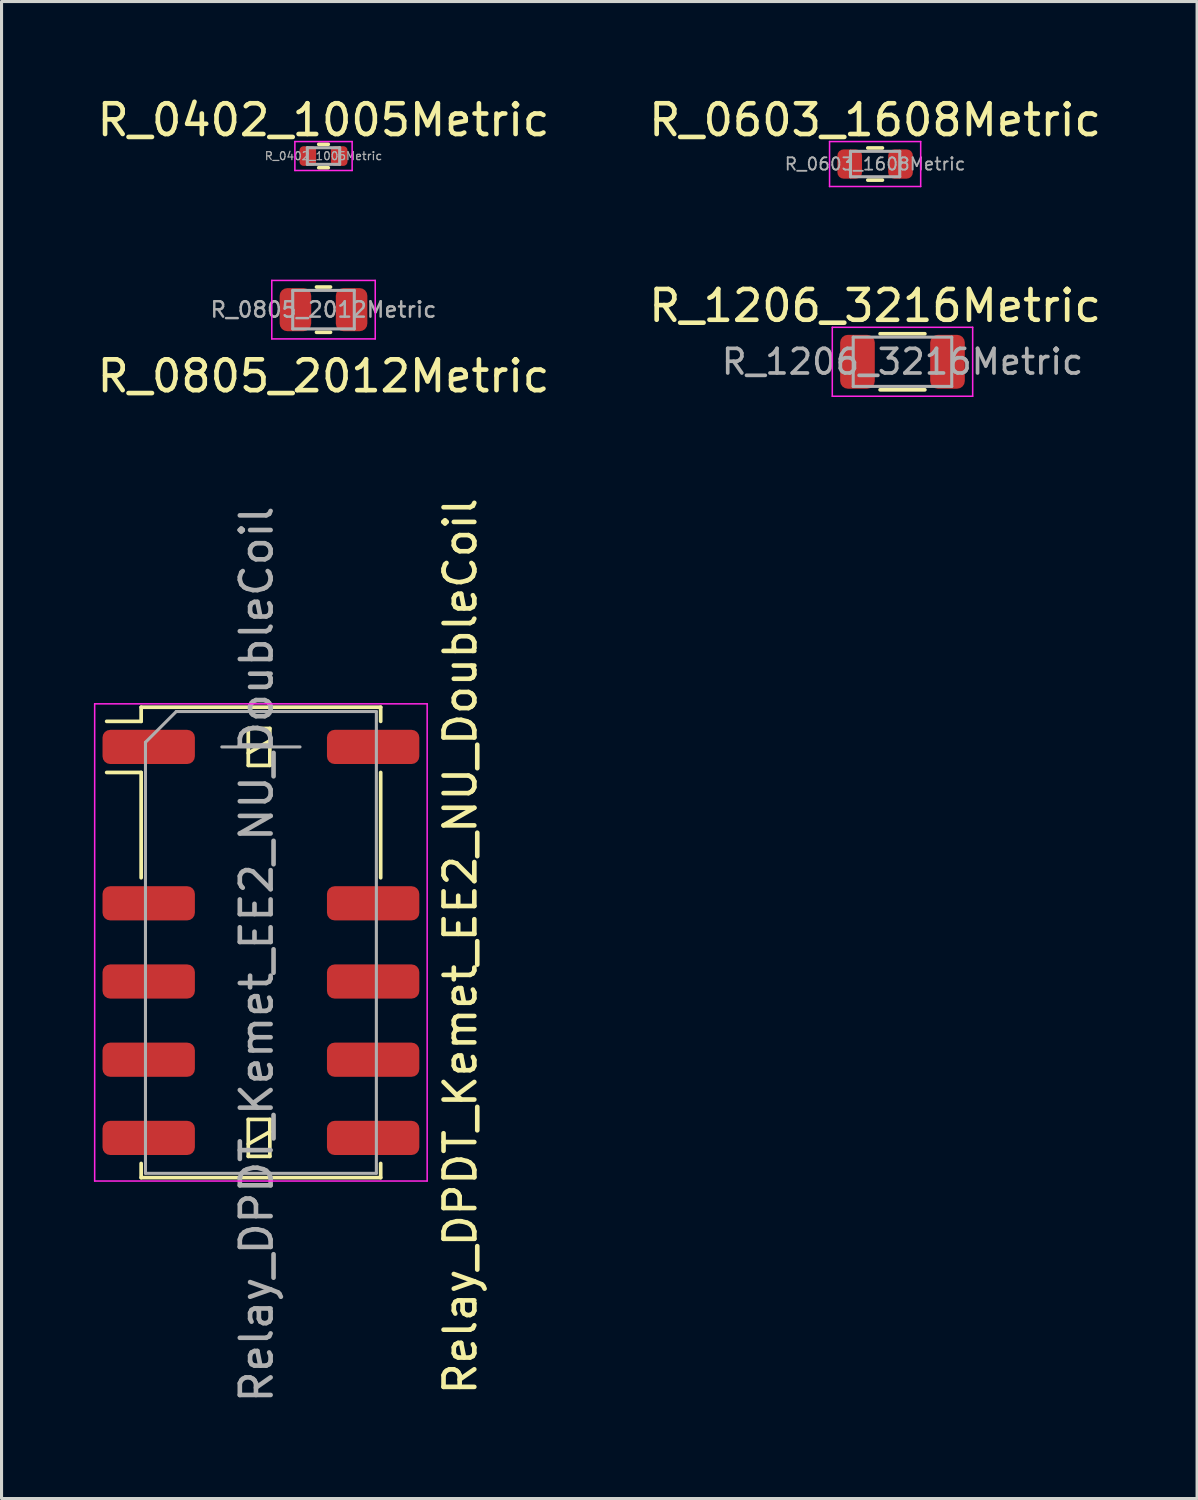
<source format=kicad_pcb>
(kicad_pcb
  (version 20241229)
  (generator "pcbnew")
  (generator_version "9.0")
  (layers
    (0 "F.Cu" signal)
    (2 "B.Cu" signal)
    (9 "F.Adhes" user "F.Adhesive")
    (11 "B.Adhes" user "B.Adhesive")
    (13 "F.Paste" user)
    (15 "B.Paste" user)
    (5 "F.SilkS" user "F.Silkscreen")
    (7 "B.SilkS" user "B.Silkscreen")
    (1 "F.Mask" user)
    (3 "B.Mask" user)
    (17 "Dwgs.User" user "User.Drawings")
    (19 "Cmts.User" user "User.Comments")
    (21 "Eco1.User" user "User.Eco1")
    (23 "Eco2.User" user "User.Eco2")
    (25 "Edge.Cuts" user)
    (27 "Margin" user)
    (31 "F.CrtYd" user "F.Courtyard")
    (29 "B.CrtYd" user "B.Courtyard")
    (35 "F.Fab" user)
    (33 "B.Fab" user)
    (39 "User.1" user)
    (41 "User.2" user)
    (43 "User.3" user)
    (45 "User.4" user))
  (footprint "R_0402_1005Metric"
    (layer "F.Cu")
    (at 7.458 2.018)
    (property "Reference" "R_0402_1005Metric" (at 0 -1.17 0) (layer "F.SilkS") (effects (font (size 1 1) (thickness 0.15))))
    (attr smd)
    (fp_line (start -0.154 -0.38) (end 0.154 -0.38) (stroke (width 0.12) (type solid)) (layer "F.SilkS"))
    (fp_line (start -0.154 0.38) (end 0.154 0.38) (stroke (width 0.12) (type solid)) (layer "F.SilkS"))
    (fp_line (start -0.93 -0.47) (end 0.93 -0.47) (stroke (width 0.05) (type solid)) (layer "F.CrtYd"))
    (fp_line (start -0.93 0.47) (end -0.93 -0.47) (stroke (width 0.05) (type solid)) (layer "F.CrtYd"))
    (fp_line (start 0.93 -0.47) (end 0.93 0.47) (stroke (width 0.05) (type solid)) (layer "F.CrtYd"))
    (fp_line (start 0.93 0.47) (end -0.93 0.47) (stroke (width 0.05) (type solid)) (layer "F.CrtYd"))
    (fp_line (start -0.525 -0.27) (end 0.525 -0.27) (stroke (width 0.1) (type solid)) (layer "F.Fab"))
    (fp_line (start -0.525 0.27) (end -0.525 -0.27) (stroke (width 0.1) (type solid)) (layer "F.Fab"))
    (fp_line (start 0.525 -0.27) (end 0.525 0.27) (stroke (width 0.1) (type solid)) (layer "F.Fab"))
    (fp_line (start 0.525 0.27) (end -0.525 0.27) (stroke (width 0.1) (type solid)) (layer "F.Fab"))
    (fp_text user "${REFERENCE}" (at 0 0 0) (layer "F.Fab") (effects (font (size 0.26 0.26) (thickness 0.04))))
    (pad "1" smd roundrect (at -0.51 0 180) (size 0.54 0.64) (layers "F.Cu" "F.Mask" "F.Paste") (roundrect_rratio 0.25))
    (pad "2" smd roundrect (at 0.51 0 180) (size 0.54 0.64) (layers "F.Cu" "F.Mask" "F.Paste") (roundrect_rratio 0.25)))
  (footprint "R_0603_1608Metric"
    (layer "F.Cu")
    (at 25.375 2.278)
    (property "Reference" "R_0603_1608Metric" (at 0 -1.43 0) (layer "F.SilkS") (effects (font (size 1 1) (thickness 0.15))))
    (attr smd)
    (fp_line (start -0.237 -0.522) (end 0.237 -0.522) (stroke (width 0.12) (type solid)) (layer "F.SilkS"))
    (fp_line (start -0.237 0.522) (end 0.237 0.522) (stroke (width 0.12) (type solid)) (layer "F.SilkS"))
    (fp_line (start -1.48 -0.73) (end 1.48 -0.73) (stroke (width 0.05) (type solid)) (layer "F.CrtYd"))
    (fp_line (start -1.48 0.73) (end -1.48 -0.73) (stroke (width 0.05) (type solid)) (layer "F.CrtYd"))
    (fp_line (start 1.48 -0.73) (end 1.48 0.73) (stroke (width 0.05) (type solid)) (layer "F.CrtYd"))
    (fp_line (start 1.48 0.73) (end -1.48 0.73) (stroke (width 0.05) (type solid)) (layer "F.CrtYd"))
    (fp_line (start -0.8 -0.412) (end 0.8 -0.412) (stroke (width 0.1) (type solid)) (layer "F.Fab"))
    (fp_line (start -0.8 0.412) (end -0.8 -0.412) (stroke (width 0.1) (type solid)) (layer "F.Fab"))
    (fp_line (start 0.8 -0.412) (end 0.8 0.412) (stroke (width 0.1) (type solid)) (layer "F.Fab"))
    (fp_line (start 0.8 0.412) (end -0.8 0.412) (stroke (width 0.1) (type solid)) (layer "F.Fab"))
    (fp_text user "${REFERENCE}" (at 0 0 0) (layer "F.Fab") (effects (font (size 0.4 0.4) (thickness 0.06))))
    (pad "1" smd roundrect (at -0.825 0 180) (size 0.8 0.95) (layers "F.Cu" "F.Mask" "F.Paste") (roundrect_rratio 0.25))
    (pad "2" smd roundrect (at 0.825 0 180) (size 0.8 0.95) (layers "F.Cu" "F.Mask" "F.Paste") (roundrect_rratio 0.25)))
  (footprint "R_0805_2012Metric"
    (layer "F.Cu")
    (at 7.458 7.008)
    (property "Reference" "R_0805_2012Metric" (at 0 2.159 0) (layer "F.SilkS") (effects (font (size 1 1) (thickness 0.15))))
    (attr smd)
    (fp_line (start -0.227 -0.735) (end 0.227 -0.735) (stroke (width 0.12) (type solid)) (layer "F.SilkS"))
    (fp_line (start -0.227 0.735) (end 0.227 0.735) (stroke (width 0.12) (type solid)) (layer "F.SilkS"))
    (fp_line (start -1.68 -0.95) (end 1.68 -0.95) (stroke (width 0.05) (type solid)) (layer "F.CrtYd"))
    (fp_line (start -1.68 0.95) (end -1.68 -0.95) (stroke (width 0.05) (type solid)) (layer "F.CrtYd"))
    (fp_line (start 1.68 -0.95) (end 1.68 0.95) (stroke (width 0.05) (type solid)) (layer "F.CrtYd"))
    (fp_line (start 1.68 0.95) (end -1.68 0.95) (stroke (width 0.05) (type solid)) (layer "F.CrtYd"))
    (fp_line (start -1 -0.625) (end 1 -0.625) (stroke (width 0.1) (type solid)) (layer "F.Fab"))
    (fp_line (start -1 0.625) (end -1 -0.625) (stroke (width 0.1) (type solid)) (layer "F.Fab"))
    (fp_line (start 1 -0.625) (end 1 0.625) (stroke (width 0.1) (type solid)) (layer "F.Fab"))
    (fp_line (start 1 0.625) (end -1 0.625) (stroke (width 0.1) (type solid)) (layer "F.Fab"))
    (fp_text user "${REFERENCE}" (at 0 0 0) (layer "F.Fab") (effects (font (size 0.5 0.5) (thickness 0.08))))
    (pad "1" smd roundrect (at -0.912 0 180) (size 1.025 1.4) (layers "F.Cu" "F.Mask" "F.Paste") (roundrect_rratio 0.244))
    (pad "2" smd roundrect (at 0.912 0 180) (size 1.025 1.4) (layers "F.Cu" "F.Mask" "F.Paste") (roundrect_rratio 0.244)))
  (footprint "R_1206_3216Metric"
    (layer "F.Cu")
    (at 26.264 8.701)
    (property "Reference" "R_1206_3216Metric" (at -0.889 -1.82 0) (layer "F.SilkS") (effects (font (size 1 1) (thickness 0.15))))
    (attr smd)
    (fp_line (start -0.727 -0.91) (end 0.727 -0.91) (stroke (width 0.12) (type solid)) (layer "F.SilkS"))
    (fp_line (start -0.727 0.91) (end 0.727 0.91) (stroke (width 0.12) (type solid)) (layer "F.SilkS"))
    (fp_line (start -2.28 -1.12) (end 2.28 -1.12) (stroke (width 0.05) (type solid)) (layer "F.CrtYd"))
    (fp_line (start -2.28 1.12) (end -2.28 -1.12) (stroke (width 0.05) (type solid)) (layer "F.CrtYd"))
    (fp_line (start 2.28 -1.12) (end 2.28 1.12) (stroke (width 0.05) (type solid)) (layer "F.CrtYd"))
    (fp_line (start 2.28 1.12) (end -2.28 1.12) (stroke (width 0.05) (type solid)) (layer "F.CrtYd"))
    (fp_line (start -1.6 -0.8) (end 1.6 -0.8) (stroke (width 0.1) (type solid)) (layer "F.Fab"))
    (fp_line (start -1.6 0.8) (end -1.6 -0.8) (stroke (width 0.1) (type solid)) (layer "F.Fab"))
    (fp_line (start 1.6 -0.8) (end 1.6 0.8) (stroke (width 0.1) (type solid)) (layer "F.Fab"))
    (fp_line (start 1.6 0.8) (end -1.6 0.8) (stroke (width 0.1) (type solid)) (layer "F.Fab"))
    (fp_text user "${REFERENCE}" (at 0 0 0) (layer "F.Fab") (effects (font (size 0.8 0.8) (thickness 0.12))))
    (pad "1" smd roundrect (at -1.462 0) (size 1.125 1.75) (layers "F.Cu" "F.Mask" "F.Paste") (roundrect_rratio 0.222))
    (pad "2" smd roundrect (at 1.462 0) (size 1.125 1.75) (layers "F.Cu" "F.Mask" "F.Paste") (roundrect_rratio 0.222)))
  (footprint "Relay_DPDT_Kemet_EE2_NU_DoubleCoil"
    (layer "F.Cu")
    (at 5.425 27.561)
    (property "Reference" "Relay_DPDT_Kemet_EE2_NU_DoubleCoil" (at 6.477 0.127 90) (layer "F.SilkS") (effects (font (size 1 1) (thickness 0.15))))
    (attr smd)
    (fp_line (start -3.89 -7.64) (end -3.89 -7.18) (stroke (width 0.12) (type solid)) (layer "F.SilkS"))
    (fp_line (start -3.89 -7.18) (end -5.01 -7.18) (stroke (width 0.12) (type solid)) (layer "F.SilkS"))
    (fp_line (start -3.89 -5.52) (end -5.01 -5.52) (stroke (width 0.12) (type solid)) (layer "F.SilkS"))
    (fp_line (start -3.89 -5.52) (end -3.89 -2.1) (stroke (width 0.12) (type solid)) (layer "F.SilkS"))
    (fp_line (start -3.89 7.18) (end -3.89 7.64) (stroke (width 0.12) (type solid)) (layer "F.SilkS"))
    (fp_line (start -0.41 -6.95) (end -0.41 -5.75) (stroke (width 0.12) (type solid)) (layer "F.SilkS"))
    (fp_line (start -0.41 -6.15) (end 0.29 -6.55) (stroke (width 0.12) (type solid)) (layer "F.SilkS"))
    (fp_line (start -0.41 -5.75) (end 0.29 -5.75) (stroke (width 0.12) (type solid)) (layer "F.SilkS"))
    (fp_line (start -0.41 5.75) (end -0.41 6.95) (stroke (width 0.12) (type solid)) (layer "F.SilkS"))
    (fp_line (start -0.41 6.55) (end 0.29 6.15) (stroke (width 0.12) (type solid)) (layer "F.SilkS"))
    (fp_line (start -0.41 6.95) (end 0.29 6.95) (stroke (width 0.12) (type solid)) (layer "F.SilkS"))
    (fp_line (start 0.29 -6.95) (end -0.41 -6.95) (stroke (width 0.12) (type solid)) (layer "F.SilkS"))
    (fp_line (start 0.29 -5.75) (end 0.29 -6.95) (stroke (width 0.12) (type solid)) (layer "F.SilkS"))
    (fp_line (start 0.29 5.75) (end -0.41 5.75) (stroke (width 0.12) (type solid)) (layer "F.SilkS"))
    (fp_line (start 0.29 6.95) (end 0.29 5.75) (stroke (width 0.12) (type solid)) (layer "F.SilkS"))
    (fp_line (start 3.89 -7.64) (end -3.89 -7.64) (stroke (width 0.12) (type solid)) (layer "F.SilkS"))
    (fp_line (start 3.89 -7.64) (end 3.89 -7.18) (stroke (width 0.12) (type solid)) (layer "F.SilkS"))
    (fp_line (start 3.89 -5.52) (end 3.89 -2.1) (stroke (width 0.12) (type solid)) (layer "F.SilkS"))
    (fp_line (start 3.89 7.18) (end 3.89 7.64) (stroke (width 0.12) (type solid)) (layer "F.SilkS"))
    (fp_line (start 3.89 7.64) (end -3.89 7.64) (stroke (width 0.12) (type solid)) (layer "F.SilkS"))
    (fp_line (start -5.4 -7.75) (end -5.4 7.75) (stroke (width 0.05) (type solid)) (layer "F.CrtYd"))
    (fp_line (start -5.4 7.75) (end 5.4 7.75) (stroke (width 0.05) (type solid)) (layer "F.CrtYd"))
    (fp_line (start 5.4 -7.75) (end -5.4 -7.75) (stroke (width 0.05) (type solid)) (layer "F.CrtYd"))
    (fp_line (start 5.4 -7.75) (end 5.4 7.75) (stroke (width 0.05) (type solid)) (layer "F.CrtYd"))
    (fp_line (start -3.75 -6.5) (end -3.75 7.5) (stroke (width 0.1) (type solid)) (layer "F.Fab"))
    (fp_line (start -3.75 -6.5) (end -2.75 -7.5) (stroke (width 0.1) (type solid)) (layer "F.Fab"))
    (fp_line (start -1.27 -6.35) (end 1.27 -6.35) (stroke (width 0.1) (type solid)) (layer "F.Fab"))
    (fp_line (start 3.75 -7.5) (end -2.75 -7.5) (stroke (width 0.1) (type solid)) (layer "F.Fab"))
    (fp_line (start 3.75 -7.5) (end 3.75 7.5) (stroke (width 0.1) (type solid)) (layer "F.Fab"))
    (fp_line (start 3.75 7.5) (end -3.75 7.5) (stroke (width 0.1) (type solid)) (layer "F.Fab"))
    (fp_text user "${REFERENCE}" (at -0.14 0.39 90) (layer "F.Fab") (effects (font (size 1 1) (thickness 0.15))))
    (pad "1" smd roundrect (at -3.645 -6.35 90) (size 1.11 3) (layers "F.Cu" "F.Mask" "F.Paste") (roundrect_rratio 0.225))
    (pad "3" smd roundrect (at -3.645 -1.27 90) (size 1.11 3) (layers "F.Cu" "F.Mask" "F.Paste") (roundrect_rratio 0.225))
    (pad "4" smd roundrect (at -3.645 1.27 90) (size 1.11 3) (layers "F.Cu" "F.Mask" "F.Paste") (roundrect_rratio 0.225))
    (pad "5" smd roundrect (at -3.645 3.81 90) (size 1.11 3) (layers "F.Cu" "F.Mask" "F.Paste") (roundrect_rratio 0.225))
    (pad "6" smd roundrect (at -3.645 6.35 90) (size 1.11 3) (layers "F.Cu" "F.Mask" "F.Paste") (roundrect_rratio 0.225))
    (pad "7" smd roundrect (at 3.645 6.35 90) (size 1.11 3) (layers "F.Cu" "F.Mask" "F.Paste") (roundrect_rratio 0.225))
    (pad "8" smd roundrect (at 3.645 3.81 90) (size 1.11 3) (layers "F.Cu" "F.Mask" "F.Paste") (roundrect_rratio 0.225))
    (pad "9" smd roundrect (at 3.645 1.27 90) (size 1.11 3) (layers "F.Cu" "F.Mask" "F.Paste") (roundrect_rratio 0.225))
    (pad "10" smd roundrect (at 3.645 -1.27 90) (size 1.11 3) (layers "F.Cu" "F.Mask" "F.Paste") (roundrect_rratio 0.225))
    (pad "12" smd roundrect (at 3.645 -6.35 90) (size 1.11 3) (layers "F.Cu" "F.Mask" "F.Paste") (roundrect_rratio 0.225)))
  (gr_rect
    (start -3 -3)
    (end 35.833 45.624)
    (stroke (width 0.1) (type default))
    (fill no)
    (layer "Edge.Cuts")))
</source>
